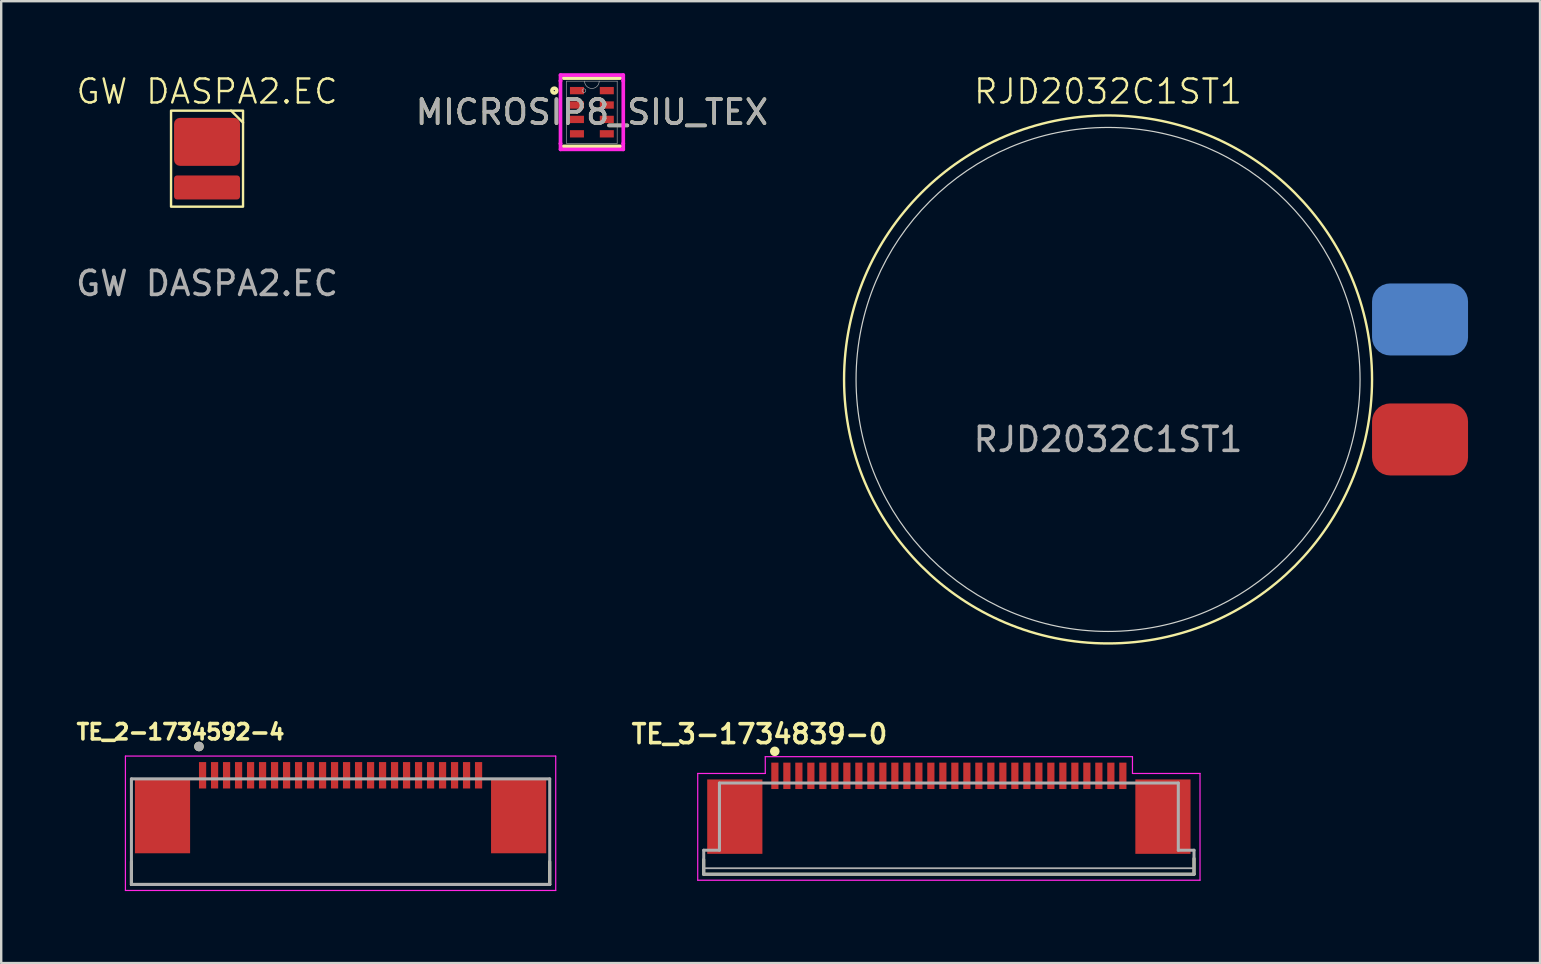
<source format=kicad_pcb>
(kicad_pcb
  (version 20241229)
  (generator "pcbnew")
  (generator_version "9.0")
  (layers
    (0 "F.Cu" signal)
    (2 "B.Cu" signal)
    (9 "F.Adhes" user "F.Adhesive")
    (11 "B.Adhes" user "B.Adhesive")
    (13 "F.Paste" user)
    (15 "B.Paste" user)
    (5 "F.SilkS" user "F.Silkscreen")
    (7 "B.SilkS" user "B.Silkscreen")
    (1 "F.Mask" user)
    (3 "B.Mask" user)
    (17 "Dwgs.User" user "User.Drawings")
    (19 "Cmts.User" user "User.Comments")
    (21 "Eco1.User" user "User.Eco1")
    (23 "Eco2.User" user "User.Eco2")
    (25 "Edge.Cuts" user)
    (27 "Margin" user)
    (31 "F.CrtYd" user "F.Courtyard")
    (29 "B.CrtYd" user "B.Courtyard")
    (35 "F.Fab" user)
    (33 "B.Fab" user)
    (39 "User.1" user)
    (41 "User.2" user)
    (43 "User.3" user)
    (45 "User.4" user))
  (footprint "GW DASPA2.EC"
    (layer "F.Cu")
    (at 5.577 4.061)
    (property "Reference" "GW DASPA2.EC" (at 0 -3.3 0) (unlocked yes) (layer "F.SilkS") (effects (font (size 1 1) (thickness 0.1))))
    (attr smd)
    (fp_line (start 1 -2.5) (end 1.5 -2) (stroke (width 0.1) (type default)) (layer "F.SilkS"))
    (fp_rect (start -1.5 -2.5) (end 1.5 1.5) (stroke (width 0.1) (type default)) (fill no) (layer "F.SilkS"))
    (fp_text user "${REFERENCE}" (at 0 4.7 0) (unlocked yes) (layer "F.Fab") (effects (font (size 1 1) (thickness 0.15))))
    (pad "1" smd roundrect (at 0 -1.2) (size 2.75 2) (layers "F.Cu" "F.Mask" "F.Paste") (roundrect_rratio 0.125))
    (pad "2" smd roundrect (at 0 0.7) (size 2.75 1) (layers "F.Cu" "F.Mask" "F.Paste") (roundrect_rratio 0.125)))
  (footprint "MICROSIP8_SIU_TEX"
    (layer "F.Cu")
    (at 21.613 1.626)
    (property "Reference" "MICROSIP8_SIU_TEX" (at 0 0 0) (unlocked yes) (layer "F.SilkS") (effects (font (size 1 1) (thickness 0.15))))
    (attr smd)
    (fp_line (start -1.181 1.422) (end 1.181 1.422) (stroke (width 0.152) (type solid)) (layer "F.SilkS"))
    (fp_line (start 1.181 -1.422) (end -1.181 -1.422) (stroke (width 0.152) (type solid)) (layer "F.SilkS"))
    (fp_circle (center -1.565 -0.9) (end -1.464 -0.9) (stroke (width 0.152) (type solid)) (fill no) (layer "F.SilkS"))
    (fp_line (start -1.308 -1.549) (end 1.308 -1.549) (stroke (width 0.152) (type solid)) (layer "F.CrtYd"))
    (fp_line (start -1.308 -1.306) (end -1.308 -1.549) (stroke (width 0.152) (type solid)) (layer "F.CrtYd"))
    (fp_line (start -1.308 -1.306) (end -1.308 -1.306) (stroke (width 0.152) (type solid)) (layer "F.CrtYd"))
    (fp_line (start -1.308 1.306) (end -1.308 -1.306) (stroke (width 0.152) (type solid)) (layer "F.CrtYd"))
    (fp_line (start -1.308 1.306) (end -1.308 1.306) (stroke (width 0.152) (type solid)) (layer "F.CrtYd"))
    (fp_line (start -1.308 1.549) (end -1.308 1.306) (stroke (width 0.152) (type solid)) (layer "F.CrtYd"))
    (fp_line (start 1.308 -1.549) (end 1.308 -1.306) (stroke (width 0.152) (type solid)) (layer "F.CrtYd"))
    (fp_line (start 1.308 -1.306) (end 1.308 -1.306) (stroke (width 0.152) (type solid)) (layer "F.CrtYd"))
    (fp_line (start 1.308 -1.306) (end 1.308 1.306) (stroke (width 0.152) (type solid)) (layer "F.CrtYd"))
    (fp_line (start 1.308 1.306) (end 1.308 1.306) (stroke (width 0.152) (type solid)) (layer "F.CrtYd"))
    (fp_line (start 1.308 1.306) (end 1.308 1.549) (stroke (width 0.152) (type solid)) (layer "F.CrtYd"))
    (fp_line (start 1.308 1.549) (end -1.308 1.549) (stroke (width 0.152) (type solid)) (layer "F.CrtYd"))
    (fp_line (start -1.054 -1.295) (end -1.054 1.295) (stroke (width 0.025) (type solid)) (layer "F.Fab"))
    (fp_line (start -1.054 1.295) (end 1.054 1.295) (stroke (width 0.025) (type solid)) (layer "F.Fab"))
    (fp_line (start 1.054 -1.295) (end -1.054 -1.295) (stroke (width 0.025) (type solid)) (layer "F.Fab"))
    (fp_line (start 1.054 1.295) (end 1.054 -1.295) (stroke (width 0.025) (type solid)) (layer "F.Fab"))
    (fp_arc (start 0.3048 -1.2954) (mid 0 -0.9906) (end -0.3048 -1.2954) (stroke (width 0.0254) (type solid)) (layer "F.Fab"))
    (fp_circle (center -0.33 -0.9) (end -0.254 -0.9) (stroke (width 0.025) (type solid)) (fill no) (layer "F.Fab"))
    (fp_text user "${REFERENCE}" (at 0 0 0) (unlocked yes) (layer "F.Fab") (effects (font (size 1 1) (thickness 0.15))))
    (pad "1" smd rect (at -0.622 -0.9) (size 0.584 0.305) (layers "F.Cu" "F.Mask" "F.Paste"))
    (pad "2" smd rect (at -0.622 -0.3) (size 0.584 0.305) (layers "F.Cu" "F.Mask" "F.Paste"))
    (pad "3" smd rect (at -0.622 0.3) (size 0.584 0.305) (layers "F.Cu" "F.Mask" "F.Paste"))
    (pad "4" smd rect (at -0.622 0.9) (size 0.584 0.305) (layers "F.Cu" "F.Mask" "F.Paste"))
    (pad "5" smd rect (at 0.622 0.9) (size 0.584 0.305) (layers "F.Cu" "F.Mask" "F.Paste"))
    (pad "6" smd rect (at 0.622 0.3) (size 0.584 0.305) (layers "F.Cu" "F.Mask" "F.Paste"))
    (pad "7" smd rect (at 0.622 -0.3) (size 0.584 0.305) (layers "F.Cu" "F.Mask" "F.Paste"))
    (pad "8" smd rect (at 0.622 -0.9) (size 0.584 0.305) (layers "F.Cu" "F.Mask" "F.Paste")))
  (footprint "TE_2-1734592-4"
    (layer "F.Cu")
    (at 11.141 29.255)
    (property "Reference" "TE_2-1734592-4" (at -6.668 -1.806 0) (layer "F.SilkS") (effects (font (size 0.64 0.64) (thickness 0.15))))
    (attr smd)
    (fp_line (start -8.715 4.55) (end -8.715 3.6) (stroke (width 0.127) (type solid)) (layer "F.SilkS"))
    (fp_line (start -8.715 4.55) (end 8.715 4.55) (stroke (width 0.127) (type solid)) (layer "F.SilkS"))
    (fp_line (start 8.715 4.55) (end 8.715 3.6) (stroke (width 0.127) (type solid)) (layer "F.SilkS"))
    (fp_circle (center -5.9 -1.2) (end -5.8 -1.2) (stroke (width 0.2) (type solid)) (fill no) (layer "F.SilkS"))
    (fp_line (start -8.965 -0.8) (end -8.965 4.8) (stroke (width 0.05) (type solid)) (layer "F.CrtYd"))
    (fp_line (start -8.965 4.8) (end 8.965 4.8) (stroke (width 0.05) (type solid)) (layer "F.CrtYd"))
    (fp_line (start 8.965 -0.8) (end -8.965 -0.8) (stroke (width 0.05) (type solid)) (layer "F.CrtYd"))
    (fp_line (start 8.965 4.8) (end 8.965 -0.8) (stroke (width 0.05) (type solid)) (layer "F.CrtYd"))
    (fp_line (start -8.715 0.15) (end -8.715 4.55) (stroke (width 0.127) (type solid)) (layer "F.Fab"))
    (fp_line (start -8.715 4.55) (end 8.715 4.55) (stroke (width 0.127) (type solid)) (layer "F.Fab"))
    (fp_line (start 8.715 0.15) (end -8.715 0.15) (stroke (width 0.127) (type solid)) (layer "F.Fab"))
    (fp_line (start 8.715 4.55) (end 8.715 0.15) (stroke (width 0.127) (type solid)) (layer "F.Fab"))
    (fp_circle (center -5.9 -1.2) (end -5.8 -1.2) (stroke (width 0.2) (type solid)) (fill no) (layer "F.Fab"))
    (pad "1" smd rect (at -5.75 0 270) (size 1.1 0.3) (layers "F.Cu" "F.Mask" "F.Paste"))
    (pad "2" smd rect (at -5.25 0 270) (size 1.1 0.3) (layers "F.Cu" "F.Mask" "F.Paste"))
    (pad "3" smd rect (at -4.75 0 270) (size 1.1 0.3) (layers "F.Cu" "F.Mask" "F.Paste"))
    (pad "4" smd rect (at -4.25 0 270) (size 1.1 0.3) (layers "F.Cu" "F.Mask" "F.Paste"))
    (pad "5" smd rect (at -3.75 0 270) (size 1.1 0.3) (layers "F.Cu" "F.Mask" "F.Paste"))
    (pad "6" smd rect (at -3.25 0 270) (size 1.1 0.3) (layers "F.Cu" "F.Mask" "F.Paste"))
    (pad "7" smd rect (at -2.75 0 270) (size 1.1 0.3) (layers "F.Cu" "F.Mask" "F.Paste"))
    (pad "8" smd rect (at -2.25 0 270) (size 1.1 0.3) (layers "F.Cu" "F.Mask" "F.Paste"))
    (pad "9" smd rect (at -1.75 0 270) (size 1.1 0.3) (layers "F.Cu" "F.Mask" "F.Paste"))
    (pad "10" smd rect (at -1.25 0 270) (size 1.1 0.3) (layers "F.Cu" "F.Mask" "F.Paste"))
    (pad "11" smd rect (at -0.75 0 270) (size 1.1 0.3) (layers "F.Cu" "F.Mask" "F.Paste"))
    (pad "12" smd rect (at -0.25 0 270) (size 1.1 0.3) (layers "F.Cu" "F.Mask" "F.Paste"))
    (pad "13" smd rect (at 0.25 0 270) (size 1.1 0.3) (layers "F.Cu" "F.Mask" "F.Paste"))
    (pad "14" smd rect (at 0.75 0 270) (size 1.1 0.3) (layers "F.Cu" "F.Mask" "F.Paste"))
    (pad "15" smd rect (at 1.25 0 270) (size 1.1 0.3) (layers "F.Cu" "F.Mask" "F.Paste"))
    (pad "16" smd rect (at 1.75 0 270) (size 1.1 0.3) (layers "F.Cu" "F.Mask" "F.Paste"))
    (pad "17" smd rect (at 2.25 0 270) (size 1.1 0.3) (layers "F.Cu" "F.Mask" "F.Paste"))
    (pad "18" smd rect (at 2.75 0 270) (size 1.1 0.3) (layers "F.Cu" "F.Mask" "F.Paste"))
    (pad "19" smd rect (at 3.25 0 270) (size 1.1 0.3) (layers "F.Cu" "F.Mask" "F.Paste"))
    (pad "20" smd rect (at 3.75 0 270) (size 1.1 0.3) (layers "F.Cu" "F.Mask" "F.Paste"))
    (pad "21" smd rect (at 4.25 0 270) (size 1.1 0.3) (layers "F.Cu" "F.Mask" "F.Paste"))
    (pad "22" smd rect (at 4.75 0 270) (size 1.1 0.3) (layers "F.Cu" "F.Mask" "F.Paste"))
    (pad "23" smd rect (at 5.25 0 270) (size 1.1 0.3) (layers "F.Cu" "F.Mask" "F.Paste"))
    (pad "24" smd rect (at 5.75 0 270) (size 1.1 0.3) (layers "F.Cu" "F.Mask" "F.Paste"))
    (pad "S1" smd rect (at -7.42 1.7 90) (size 3.1 2.3) (layers "F.Cu" "F.Mask" "F.Paste"))
    (pad "S2" smd rect (at 7.42 1.7 90) (size 3.1 2.3) (layers "F.Cu" "F.Mask" "F.Paste")))
  (footprint "RJD2032C1ST1"
    (layer "F.Cu")
    (at 43.121 12.761)
    (property "Reference" "RJD2032C1ST1" (at 0 -12 0) (unlocked yes) (layer "F.SilkS") (effects (font (size 1 1) (thickness 0.1))))
    (attr smd)
    (fp_circle (center 0 0) (end 0 -11) (stroke (width 0.1) (type default)) (fill no) (layer "F.SilkS"))
    (fp_circle (center 0 0) (end 0 -10.5) (stroke (width 0.05) (type default)) (fill no) (layer "Edge.Cuts"))
    (fp_text user "${REFERENCE}" (at 0 2.5 0) (unlocked yes) (layer "F.Fab") (effects (font (size 1 1) (thickness 0.15))))
    (pad "1" smd roundrect (at 13 -2.5) (size 4 3) (layers "B.Cu" "B.Mask" "B.Paste") (roundrect_rratio 0.25))
    (pad "2" smd roundrect (at 13 2.5) (size 4 3) (layers "F.Cu" "F.Mask" "F.Paste") (roundrect_rratio 0.25)))
  (footprint "TE_3-1734839-0"
    (layer "F.Cu")
    (at 36.488 29.278)
    (property "Reference" "TE_3-1734839-0" (at -7.894 -1.742 0) (layer "F.SilkS") (effects (font (size 0.789 0.789) (thickness 0.15))))
    (attr smd)
    (fp_line (start -10.216 3.488) (end -10.215 4.1) (stroke (width 0.127) (type solid)) (layer "F.SilkS"))
    (fp_line (start -10.215 4.1) (end 10.215 4.1) (stroke (width 0.127) (type solid)) (layer "F.SilkS"))
    (fp_line (start 10.215 4.1) (end 10.215 3.444) (stroke (width 0.127) (type solid)) (layer "F.SilkS"))
    (fp_circle (center -7.255 -1.021) (end -7.155 -1.021) (stroke (width 0.2) (type solid)) (fill no) (layer "F.SilkS"))
    (fp_line (start -10.465 -0.1) (end -10.465 4.35) (stroke (width 0.05) (type solid)) (layer "F.CrtYd"))
    (fp_line (start -10.465 4.35) (end 10.465 4.35) (stroke (width 0.05) (type solid)) (layer "F.CrtYd"))
    (fp_line (start -7.65 -0.8) (end -7.65 -0.1) (stroke (width 0.05) (type solid)) (layer "F.CrtYd"))
    (fp_line (start -7.65 -0.1) (end -10.465 -0.1) (stroke (width 0.05) (type solid)) (layer "F.CrtYd"))
    (fp_line (start 7.65 -0.8) (end -7.65 -0.8) (stroke (width 0.05) (type solid)) (layer "F.CrtYd"))
    (fp_line (start 7.65 -0.1) (end 7.65 -0.8) (stroke (width 0.05) (type solid)) (layer "F.CrtYd"))
    (fp_line (start 10.465 -0.1) (end 7.65 -0.1) (stroke (width 0.05) (type solid)) (layer "F.CrtYd"))
    (fp_line (start 10.465 4.35) (end 10.465 -0.1) (stroke (width 0.05) (type solid)) (layer "F.CrtYd"))
    (fp_line (start -10.215 3.1) (end -9.56 3.1) (stroke (width 0.127) (type solid)) (layer "F.Fab"))
    (fp_line (start -10.215 4.1) (end -10.215 3.1) (stroke (width 0.127) (type solid)) (layer "F.Fab"))
    (fp_line (start -10.215 4.1) (end 10.215 4.1) (stroke (width 0.127) (type solid)) (layer "F.Fab"))
    (fp_line (start -10.14 3.85) (end 10.14 3.85) (stroke (width 0.076) (type solid)) (layer "F.Fab"))
    (fp_line (start -9.56 0.3) (end -9.56 3.1) (stroke (width 0.127) (type solid)) (layer "F.Fab"))
    (fp_line (start 9.56 0.3) (end -9.56 0.3) (stroke (width 0.127) (type solid)) (layer "F.Fab"))
    (fp_line (start 9.56 3.1) (end 9.56 0.3) (stroke (width 0.127) (type solid)) (layer "F.Fab"))
    (fp_line (start 9.56 3.1) (end 10.215 3.1) (stroke (width 0.127) (type solid)) (layer "F.Fab"))
    (fp_line (start 10.215 3.1) (end 10.215 4.1) (stroke (width 0.127) (type solid)) (layer "F.Fab"))
    (pad "1" smd rect (at -7.25 0 90) (size 1.1 0.3) (layers "F.Cu" "F.Mask" "F.Paste"))
    (pad "2" smd rect (at -6.75 0 90) (size 1.1 0.3) (layers "F.Cu" "F.Mask" "F.Paste"))
    (pad "3" smd rect (at -6.25 0 90) (size 1.1 0.3) (layers "F.Cu" "F.Mask" "F.Paste"))
    (pad "4" smd rect (at -5.75 0 90) (size 1.1 0.3) (layers "F.Cu" "F.Mask" "F.Paste"))
    (pad "5" smd rect (at -5.25 0 90) (size 1.1 0.3) (layers "F.Cu" "F.Mask" "F.Paste"))
    (pad "6" smd rect (at -4.75 0 90) (size 1.1 0.3) (layers "F.Cu" "F.Mask" "F.Paste"))
    (pad "7" smd rect (at -4.25 0 90) (size 1.1 0.3) (layers "F.Cu" "F.Mask" "F.Paste"))
    (pad "8" smd rect (at -3.75 0 90) (size 1.1 0.3) (layers "F.Cu" "F.Mask" "F.Paste"))
    (pad "9" smd rect (at -3.25 0 90) (size 1.1 0.3) (layers "F.Cu" "F.Mask" "F.Paste"))
    (pad "10" smd rect (at -2.75 0 90) (size 1.1 0.3) (layers "F.Cu" "F.Mask" "F.Paste"))
    (pad "11" smd rect (at -2.25 0 90) (size 1.1 0.3) (layers "F.Cu" "F.Mask" "F.Paste"))
    (pad "12" smd rect (at -1.75 0 90) (size 1.1 0.3) (layers "F.Cu" "F.Mask" "F.Paste"))
    (pad "13" smd rect (at -1.25 0 90) (size 1.1 0.3) (layers "F.Cu" "F.Mask" "F.Paste"))
    (pad "14" smd rect (at -0.75 0 90) (size 1.1 0.3) (layers "F.Cu" "F.Mask" "F.Paste"))
    (pad "15" smd rect (at -0.25 0 90) (size 1.1 0.3) (layers "F.Cu" "F.Mask" "F.Paste"))
    (pad "16" smd rect (at 0.25 0 90) (size 1.1 0.3) (layers "F.Cu" "F.Mask" "F.Paste"))
    (pad "17" smd rect (at 0.75 0 90) (size 1.1 0.3) (layers "F.Cu" "F.Mask" "F.Paste"))
    (pad "18" smd rect (at 1.25 0 90) (size 1.1 0.3) (layers "F.Cu" "F.Mask" "F.Paste"))
    (pad "19" smd rect (at 1.75 0 90) (size 1.1 0.3) (layers "F.Cu" "F.Mask" "F.Paste"))
    (pad "20" smd rect (at 2.25 0 90) (size 1.1 0.3) (layers "F.Cu" "F.Mask" "F.Paste"))
    (pad "21" smd rect (at 2.75 0 90) (size 1.1 0.3) (layers "F.Cu" "F.Mask" "F.Paste"))
    (pad "22" smd rect (at 3.25 0 90) (size 1.1 0.3) (layers "F.Cu" "F.Mask" "F.Paste"))
    (pad "23" smd rect (at 3.75 0 90) (size 1.1 0.3) (layers "F.Cu" "F.Mask" "F.Paste"))
    (pad "24" smd rect (at 4.25 0 90) (size 1.1 0.3) (layers "F.Cu" "F.Mask" "F.Paste"))
    (pad "25" smd rect (at 4.75 0 90) (size 1.1 0.3) (layers "F.Cu" "F.Mask" "F.Paste"))
    (pad "26" smd rect (at 5.25 0 90) (size 1.1 0.3) (layers "F.Cu" "F.Mask" "F.Paste"))
    (pad "27" smd rect (at 5.75 0 90) (size 1.1 0.3) (layers "F.Cu" "F.Mask" "F.Paste"))
    (pad "28" smd rect (at 6.25 0 90) (size 1.1 0.3) (layers "F.Cu" "F.Mask" "F.Paste"))
    (pad "29" smd rect (at 6.75 0 90) (size 1.1 0.3) (layers "F.Cu" "F.Mask" "F.Paste"))
    (pad "30" smd rect (at 7.25 0 90) (size 1.1 0.3) (layers "F.Cu" "F.Mask" "F.Paste"))
    (pad "S1" smd rect (at -8.92 1.7 90) (size 3.1 2.3) (layers "F.Cu" "F.Mask" "F.Paste"))
    (pad "S2" smd rect (at 8.92 1.7 90) (size 3.1 2.3) (layers "F.Cu" "F.Mask" "F.Paste")))
  (gr_rect
    (start -3 -3)
    (end 61.121 37.08)
    (stroke (width 0.1) (type default))
    (fill no)
    (layer "Edge.Cuts")))
</source>
